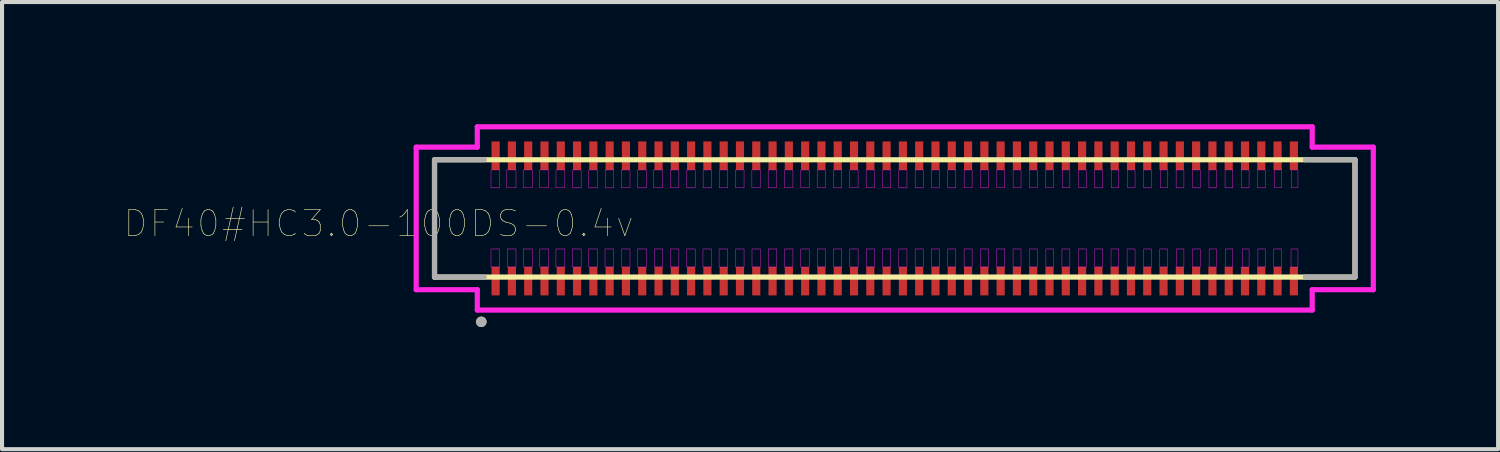
<source format=kicad_pcb>
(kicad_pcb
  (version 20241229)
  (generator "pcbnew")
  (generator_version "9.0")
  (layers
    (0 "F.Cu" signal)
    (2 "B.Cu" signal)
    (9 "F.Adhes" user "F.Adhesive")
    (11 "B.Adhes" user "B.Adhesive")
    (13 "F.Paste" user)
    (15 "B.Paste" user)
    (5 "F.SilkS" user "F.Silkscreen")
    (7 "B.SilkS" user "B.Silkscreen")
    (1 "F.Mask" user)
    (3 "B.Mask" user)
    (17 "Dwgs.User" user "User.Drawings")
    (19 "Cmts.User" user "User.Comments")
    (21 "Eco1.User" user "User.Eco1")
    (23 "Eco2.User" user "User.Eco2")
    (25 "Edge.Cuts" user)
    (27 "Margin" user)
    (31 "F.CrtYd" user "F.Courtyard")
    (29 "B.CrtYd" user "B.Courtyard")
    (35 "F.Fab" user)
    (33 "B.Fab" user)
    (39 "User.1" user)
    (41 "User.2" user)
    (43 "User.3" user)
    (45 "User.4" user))
  (footprint "DF40#HC3.0-100DS-0.4v"
    (layer "F.Cu")
    (at 18.919 2.313)
    (property "Reference" "DF40#HC3.0-100DS-0.4v" (at -12.671 0.128 180) (layer "F.SilkS") (effects (font (size 0.641 0.641) (thickness 0.015))))
    (attr through_hole)
    (fp_line (start -11.3 -1.44) (end 11.3 -1.44) (stroke (width 0.127) (type solid)) (layer "F.SilkS"))
    (fp_line (start -11.3 1.44) (end -11.3 -1.44) (stroke (width 0.127) (type solid)) (layer "F.SilkS"))
    (fp_line (start -10.149 2.535) (end -10.149 2.54) (stroke (width 0.25) (type solid)) (layer "F.SilkS"))
    (fp_line (start 11.3 -1.44) (end 11.3 1.44) (stroke (width 0.127) (type solid)) (layer "F.SilkS"))
    (fp_line (start 11.3 1.44) (end -11.3 1.44) (stroke (width 0.127) (type solid)) (layer "F.SilkS"))
    (fp_line (start -11.75 -1.75) (end -11.75 1.75) (stroke (width 0.127) (type solid)) (layer "F.CrtYd"))
    (fp_line (start -11.75 1.75) (end -10.25 1.75) (stroke (width 0.127) (type solid)) (layer "F.CrtYd"))
    (fp_line (start -10.25 -2.25) (end -10.25 -1.75) (stroke (width 0.127) (type solid)) (layer "F.CrtYd"))
    (fp_line (start -10.25 -1.75) (end -11.75 -1.75) (stroke (width 0.127) (type solid)) (layer "F.CrtYd"))
    (fp_line (start -10.25 1.75) (end -10.25 2.25) (stroke (width 0.127) (type solid)) (layer "F.CrtYd"))
    (fp_line (start -10.25 2.25) (end 10.25 2.25) (stroke (width 0.127) (type solid)) (layer "F.CrtYd"))
    (fp_line (start 10.25 -2.25) (end -10.25 -2.25) (stroke (width 0.127) (type solid)) (layer "F.CrtYd"))
    (fp_line (start 10.25 -1.75) (end 10.25 -2.25) (stroke (width 0.127) (type solid)) (layer "F.CrtYd"))
    (fp_line (start 10.25 1.75) (end 11.75 1.75) (stroke (width 0.127) (type solid)) (layer "F.CrtYd"))
    (fp_line (start 10.25 2.25) (end 10.25 1.75) (stroke (width 0.127) (type solid)) (layer "F.CrtYd"))
    (fp_line (start 11.75 -1.75) (end 10.25 -1.75) (stroke (width 0.127) (type solid)) (layer "F.CrtYd"))
    (fp_line (start 11.75 1.75) (end 11.75 -1.75) (stroke (width 0.127) (type solid)) (layer "F.CrtYd"))
    (fp_poly (pts (xy -9.914 -1.19) (xy -9.7 -1.19) (xy -9.7 -0.751) (xy -9.914 -0.751)) (stroke (width 0.01) (type solid)) (fill no) (layer "F.CrtYd"))
    (fp_poly (pts (xy -9.914 0.75) (xy -9.7 0.75) (xy -9.7 1.192) (xy -9.914 1.192)) (stroke (width 0.01) (type solid)) (fill no) (layer "F.CrtYd"))
    (fp_poly (pts (xy -9.525 -1.19) (xy -9.3 -1.19) (xy -9.3 -0.752) (xy -9.525 -0.752)) (stroke (width 0.01) (type solid)) (fill no) (layer "F.CrtYd"))
    (fp_poly (pts (xy -9.514 0.75) (xy -9.3 0.75) (xy -9.3 1.192) (xy -9.514 1.192)) (stroke (width 0.01) (type solid)) (fill no) (layer "F.CrtYd"))
    (fp_poly (pts (xy -9.124 -1.19) (xy -8.9 -1.19) (xy -8.9 -0.752) (xy -9.124 -0.752)) (stroke (width 0.01) (type solid)) (fill no) (layer "F.CrtYd"))
    (fp_poly (pts (xy -9.122 0.75) (xy -8.9 0.75) (xy -8.9 1.193) (xy -9.122 1.193)) (stroke (width 0.01) (type solid)) (fill no) (layer "F.CrtYd"))
    (fp_poly (pts (xy -8.719 -1.19) (xy -8.5 -1.19) (xy -8.5 -0.752) (xy -8.719 -0.752)) (stroke (width 0.01) (type solid)) (fill no) (layer "F.CrtYd"))
    (fp_poly (pts (xy -8.715 0.75) (xy -8.5 0.75) (xy -8.5 1.192) (xy -8.715 1.192)) (stroke (width 0.01) (type solid)) (fill no) (layer "F.CrtYd"))
    (fp_poly (pts (xy -8.319 0.75) (xy -8.1 0.75) (xy -8.1 1.193) (xy -8.319 1.193)) (stroke (width 0.01) (type solid)) (fill no) (layer "F.CrtYd"))
    (fp_poly (pts (xy -8.318 -1.19) (xy -8.1 -1.19) (xy -8.1 -0.752) (xy -8.318 -0.752)) (stroke (width 0.01) (type solid)) (fill no) (layer "F.CrtYd"))
    (fp_poly (pts (xy -7.919 0.75) (xy -7.7 0.75) (xy -7.7 1.193) (xy -7.919 1.193)) (stroke (width 0.01) (type solid)) (fill no) (layer "F.CrtYd"))
    (fp_poly (pts (xy -7.912 -1.19) (xy -7.7 -1.19) (xy -7.7 -0.751) (xy -7.912 -0.751)) (stroke (width 0.01) (type solid)) (fill no) (layer "F.CrtYd"))
    (fp_poly (pts (xy -7.517 0.75) (xy -7.3 0.75) (xy -7.3 1.193) (xy -7.517 1.193)) (stroke (width 0.01) (type solid)) (fill no) (layer "F.CrtYd"))
    (fp_poly (pts (xy -7.512 -1.19) (xy -7.3 -1.19) (xy -7.3 -0.751) (xy -7.512 -0.751)) (stroke (width 0.01) (type solid)) (fill no) (layer "F.CrtYd"))
    (fp_poly (pts (xy -7.114 0.75) (xy -6.9 0.75) (xy -6.9 1.192) (xy -7.114 1.192)) (stroke (width 0.01) (type solid)) (fill no) (layer "F.CrtYd"))
    (fp_poly (pts (xy -7.11 -1.19) (xy -6.9 -1.19) (xy -6.9 -0.751) (xy -7.11 -0.751)) (stroke (width 0.01) (type solid)) (fill no) (layer "F.CrtYd"))
    (fp_poly (pts (xy -6.715 -1.19) (xy -6.5 -1.19) (xy -6.5 -0.752) (xy -6.715 -0.752)) (stroke (width 0.01) (type solid)) (fill no) (layer "F.CrtYd"))
    (fp_poly (pts (xy -6.706 0.75) (xy -6.5 0.75) (xy -6.5 1.191) (xy -6.706 1.191)) (stroke (width 0.01) (type solid)) (fill no) (layer "F.CrtYd"))
    (fp_poly (pts (xy -6.319 0.75) (xy -6.1 0.75) (xy -6.1 1.194) (xy -6.319 1.194)) (stroke (width 0.01) (type solid)) (fill no) (layer "F.CrtYd"))
    (fp_poly (pts (xy -6.31 -1.19) (xy -6.1 -1.19) (xy -6.1 -0.751) (xy -6.31 -0.751)) (stroke (width 0.01) (type solid)) (fill no) (layer "F.CrtYd"))
    (fp_poly (pts (xy -5.918 -1.19) (xy -5.7 -1.19) (xy -5.7 -0.752) (xy -5.918 -0.752)) (stroke (width 0.01) (type solid)) (fill no) (layer "F.CrtYd"))
    (fp_poly (pts (xy -5.905 0.75) (xy -5.7 0.75) (xy -5.7 1.191) (xy -5.905 1.191)) (stroke (width 0.01) (type solid)) (fill no) (layer "F.CrtYd"))
    (fp_poly (pts (xy -5.513 -1.19) (xy -5.3 -1.19) (xy -5.3 -0.752) (xy -5.513 -0.752)) (stroke (width 0.01) (type solid)) (fill no) (layer "F.CrtYd"))
    (fp_poly (pts (xy -5.511 0.75) (xy -5.3 0.75) (xy -5.3 1.192) (xy -5.511 1.192)) (stroke (width 0.01) (type solid)) (fill no) (layer "F.CrtYd"))
    (fp_poly (pts (xy -5.11 0.75) (xy -4.9 0.75) (xy -4.9 1.192) (xy -5.11 1.192)) (stroke (width 0.01) (type solid)) (fill no) (layer "F.CrtYd"))
    (fp_poly (pts (xy -5.105 -1.19) (xy -4.9 -1.19) (xy -4.9 -0.751) (xy -5.105 -0.751)) (stroke (width 0.01) (type solid)) (fill no) (layer "F.CrtYd"))
    (fp_poly (pts (xy -4.709 0.75) (xy -4.5 0.75) (xy -4.5 1.192) (xy -4.709 1.192)) (stroke (width 0.01) (type solid)) (fill no) (layer "F.CrtYd"))
    (fp_poly (pts (xy -4.705 -1.19) (xy -4.5 -1.19) (xy -4.5 -0.751) (xy -4.705 -0.751)) (stroke (width 0.01) (type solid)) (fill no) (layer "F.CrtYd"))
    (fp_poly (pts (xy -4.313 0.75) (xy -4.1 0.75) (xy -4.1 1.194) (xy -4.313 1.194)) (stroke (width 0.01) (type solid)) (fill no) (layer "F.CrtYd"))
    (fp_poly (pts (xy -4.31 -1.19) (xy -4.1 -1.19) (xy -4.1 -0.752) (xy -4.31 -0.752)) (stroke (width 0.01) (type solid)) (fill no) (layer "F.CrtYd"))
    (fp_poly (pts (xy -3.91 -1.19) (xy -3.7 -1.19) (xy -3.7 -0.752) (xy -3.91 -0.752)) (stroke (width 0.01) (type solid)) (fill no) (layer "F.CrtYd"))
    (fp_poly (pts (xy -3.909 0.75) (xy -3.7 0.75) (xy -3.7 1.193) (xy -3.909 1.193)) (stroke (width 0.01) (type solid)) (fill no) (layer "F.CrtYd"))
    (fp_poly (pts (xy -3.508 -1.19) (xy -3.3 -1.19) (xy -3.3 -0.752) (xy -3.508 -0.752)) (stroke (width 0.01) (type solid)) (fill no) (layer "F.CrtYd"))
    (fp_poly (pts (xy -3.505 0.75) (xy -3.3 0.75) (xy -3.3 1.192) (xy -3.505 1.192)) (stroke (width 0.01) (type solid)) (fill no) (layer "F.CrtYd"))
    (fp_poly (pts (xy -3.108 -1.19) (xy -2.9 -1.19) (xy -2.9 -0.752) (xy -3.108 -0.752)) (stroke (width 0.01) (type solid)) (fill no) (layer "F.CrtYd"))
    (fp_poly (pts (xy -3.107 0.75) (xy -2.9 0.75) (xy -2.9 1.193) (xy -3.107 1.193)) (stroke (width 0.01) (type solid)) (fill no) (layer "F.CrtYd"))
    (fp_poly (pts (xy -2.706 0.75) (xy -2.5 0.75) (xy -2.5 1.193) (xy -2.706 1.193)) (stroke (width 0.01) (type solid)) (fill no) (layer "F.CrtYd"))
    (fp_poly (pts (xy -2.706 -1.19) (xy -2.5 -1.19) (xy -2.5 -0.752) (xy -2.706 -0.752)) (stroke (width 0.01) (type solid)) (fill no) (layer "F.CrtYd"))
    (fp_poly (pts (xy -2.307 0.75) (xy -2.1 0.75) (xy -2.1 1.194) (xy -2.307 1.194)) (stroke (width 0.01) (type solid)) (fill no) (layer "F.CrtYd"))
    (fp_poly (pts (xy -2.306 -1.19) (xy -2.1 -1.19) (xy -2.1 -0.752) (xy -2.306 -0.752)) (stroke (width 0.01) (type solid)) (fill no) (layer "F.CrtYd"))
    (fp_poly (pts (xy -1.905 -1.19) (xy -1.7 -1.19) (xy -1.7 -0.752) (xy -1.905 -0.752)) (stroke (width 0.01) (type solid)) (fill no) (layer "F.CrtYd"))
    (fp_poly (pts (xy -1.903 0.75) (xy -1.7 0.75) (xy -1.7 1.192) (xy -1.903 1.192)) (stroke (width 0.01) (type solid)) (fill no) (layer "F.CrtYd"))
    (fp_poly (pts (xy -1.503 0.75) (xy -1.3 0.75) (xy -1.3 1.192) (xy -1.503 1.192)) (stroke (width 0.01) (type solid)) (fill no) (layer "F.CrtYd"))
    (fp_poly (pts (xy -1.502 -1.19) (xy -1.3 -1.19) (xy -1.3 -0.751) (xy -1.502 -0.751)) (stroke (width 0.01) (type solid)) (fill no) (layer "F.CrtYd"))
    (fp_poly (pts (xy -1.103 -1.19) (xy -0.9 -1.19) (xy -0.9 -0.752) (xy -1.103 -0.752)) (stroke (width 0.01) (type solid)) (fill no) (layer "F.CrtYd"))
    (fp_poly (pts (xy -1.103 0.75) (xy -0.9 0.75) (xy -0.9 1.193) (xy -1.103 1.193)) (stroke (width 0.01) (type solid)) (fill no) (layer "F.CrtYd"))
    (fp_poly (pts (xy -0.702 -1.19) (xy -0.5 -1.19) (xy -0.5 -0.752) (xy -0.702 -0.752)) (stroke (width 0.01) (type solid)) (fill no) (layer "F.CrtYd"))
    (fp_poly (pts (xy -0.7 0.75) (xy -0.5 0.75) (xy -0.5 1.19) (xy -0.7 1.19)) (stroke (width 0.01) (type solid)) (fill no) (layer "F.CrtYd"))
    (fp_poly (pts (xy -0.301 -1.19) (xy -0.1 -1.19) (xy -0.1 -0.752) (xy -0.301 -0.752)) (stroke (width 0.01) (type solid)) (fill no) (layer "F.CrtYd"))
    (fp_poly (pts (xy -0.3 0.75) (xy -0.1 0.75) (xy -0.1 1.191) (xy -0.3 1.191)) (stroke (width 0.01) (type solid)) (fill no) (layer "F.CrtYd"))
    (fp_poly (pts (xy 0.1 -1.19) (xy 0.3 -1.19) (xy 0.3 -0.751) (xy 0.1 -0.751)) (stroke (width 0.01) (type solid)) (fill no) (layer "F.CrtYd"))
    (fp_poly (pts (xy 0.1 0.75) (xy 0.3 0.75) (xy 0.3 1.193) (xy 0.1 1.193)) (stroke (width 0.01) (type solid)) (fill no) (layer "F.CrtYd"))
    (fp_poly (pts (xy 0.501 -1.19) (xy 0.7 -1.19) (xy 0.7 -0.751) (xy 0.501 -0.751)) (stroke (width 0.01) (type solid)) (fill no) (layer "F.CrtYd"))
    (fp_poly (pts (xy 0.501 0.75) (xy 0.7 0.75) (xy 0.7 1.193) (xy 0.501 1.193)) (stroke (width 0.01) (type solid)) (fill no) (layer "F.CrtYd"))
    (fp_poly (pts (xy 0.9 -1.19) (xy 1.1 -1.19) (xy 1.1 -0.75) (xy 0.9 -0.75)) (stroke (width 0.01) (type solid)) (fill no) (layer "F.CrtYd"))
    (fp_poly (pts (xy 0.901 0.75) (xy 1.1 0.75) (xy 1.1 1.191) (xy 0.901 1.191)) (stroke (width 0.01) (type solid)) (fill no) (layer "F.CrtYd"))
    (fp_poly (pts (xy 1.301 -1.19) (xy 1.5 -1.19) (xy 1.5 -0.751) (xy 1.301 -0.751)) (stroke (width 0.01) (type solid)) (fill no) (layer "F.CrtYd"))
    (fp_poly (pts (xy 1.301 0.75) (xy 1.5 0.75) (xy 1.5 1.191) (xy 1.301 1.191)) (stroke (width 0.01) (type solid)) (fill no) (layer "F.CrtYd"))
    (fp_poly (pts (xy 1.703 0.75) (xy 1.9 0.75) (xy 1.9 1.192) (xy 1.703 1.192)) (stroke (width 0.01) (type solid)) (fill no) (layer "F.CrtYd"))
    (fp_poly (pts (xy 1.704 -1.19) (xy 1.9 -1.19) (xy 1.9 -0.752) (xy 1.704 -0.752)) (stroke (width 0.01) (type solid)) (fill no) (layer "F.CrtYd"))
    (fp_poly (pts (xy 2.103 -1.19) (xy 2.3 -1.19) (xy 2.3 -0.751) (xy 2.103 -0.751)) (stroke (width 0.01) (type solid)) (fill no) (layer "F.CrtYd"))
    (fp_poly (pts (xy 2.104 0.75) (xy 2.3 0.75) (xy 2.3 1.192) (xy 2.104 1.192)) (stroke (width 0.01) (type solid)) (fill no) (layer "F.CrtYd"))
    (fp_poly (pts (xy 2.503 0.75) (xy 2.7 0.75) (xy 2.7 1.191) (xy 2.503 1.191)) (stroke (width 0.01) (type solid)) (fill no) (layer "F.CrtYd"))
    (fp_poly (pts (xy 2.507 -1.19) (xy 2.7 -1.19) (xy 2.7 -0.752) (xy 2.507 -0.752)) (stroke (width 0.01) (type solid)) (fill no) (layer "F.CrtYd"))
    (fp_poly (pts (xy 2.905 0.75) (xy 3.1 0.75) (xy 3.1 1.192) (xy 2.905 1.192)) (stroke (width 0.01) (type solid)) (fill no) (layer "F.CrtYd"))
    (fp_poly (pts (xy 2.906 -1.19) (xy 3.1 -1.19) (xy 3.1 -0.752) (xy 2.906 -0.752)) (stroke (width 0.01) (type solid)) (fill no) (layer "F.CrtYd"))
    (fp_poly (pts (xy 3.306 0.75) (xy 3.5 0.75) (xy 3.5 1.192) (xy 3.306 1.192)) (stroke (width 0.01) (type solid)) (fill no) (layer "F.CrtYd"))
    (fp_poly (pts (xy 3.307 -1.19) (xy 3.5 -1.19) (xy 3.5 -0.752) (xy 3.307 -0.752)) (stroke (width 0.01) (type solid)) (fill no) (layer "F.CrtYd"))
    (fp_poly (pts (xy 3.708 -1.19) (xy 3.9 -1.19) (xy 3.9 -0.752) (xy 3.708 -0.752)) (stroke (width 0.01) (type solid)) (fill no) (layer "F.CrtYd"))
    (fp_poly (pts (xy 3.711 0.75) (xy 3.9 0.75) (xy 3.9 1.193) (xy 3.711 1.193)) (stroke (width 0.01) (type solid)) (fill no) (layer "F.CrtYd"))
    (fp_poly (pts (xy 4.105 0.75) (xy 4.3 0.75) (xy 4.3 1.191) (xy 4.105 1.191)) (stroke (width 0.01) (type solid)) (fill no) (layer "F.CrtYd"))
    (fp_poly (pts (xy 4.112 -1.19) (xy 4.3 -1.19) (xy 4.3 -0.752) (xy 4.112 -0.752)) (stroke (width 0.01) (type solid)) (fill no) (layer "F.CrtYd"))
    (fp_poly (pts (xy 4.508 0.75) (xy 4.7 0.75) (xy 4.7 1.192) (xy 4.508 1.192)) (stroke (width 0.01) (type solid)) (fill no) (layer "F.CrtYd"))
    (fp_poly (pts (xy 4.514 -1.19) (xy 4.7 -1.19) (xy 4.7 -0.752) (xy 4.514 -0.752)) (stroke (width 0.01) (type solid)) (fill no) (layer "F.CrtYd"))
    (fp_poly (pts (xy 4.908 -1.19) (xy 5.1 -1.19) (xy 5.1 -0.751) (xy 4.908 -0.751)) (stroke (width 0.01) (type solid)) (fill no) (layer "F.CrtYd"))
    (fp_poly (pts (xy 4.909 0.75) (xy 5.1 0.75) (xy 5.1 1.192) (xy 4.909 1.192)) (stroke (width 0.01) (type solid)) (fill no) (layer "F.CrtYd"))
    (fp_poly (pts (xy 5.31 0.75) (xy 5.5 0.75) (xy 5.5 1.192) (xy 5.31 1.192)) (stroke (width 0.01) (type solid)) (fill no) (layer "F.CrtYd"))
    (fp_poly (pts (xy 5.315 -1.19) (xy 5.5 -1.19) (xy 5.5 -0.752) (xy 5.315 -0.752)) (stroke (width 0.01) (type solid)) (fill no) (layer "F.CrtYd"))
    (fp_poly (pts (xy 5.705 0.75) (xy 5.9 0.75) (xy 5.9 1.191) (xy 5.705 1.191)) (stroke (width 0.01) (type solid)) (fill no) (layer "F.CrtYd"))
    (fp_poly (pts (xy 5.714 -1.19) (xy 5.9 -1.19) (xy 5.9 -0.752) (xy 5.714 -0.752)) (stroke (width 0.01) (type solid)) (fill no) (layer "F.CrtYd"))
    (fp_poly (pts (xy 6.108 -1.19) (xy 6.3 -1.19) (xy 6.3 -0.751) (xy 6.108 -0.751)) (stroke (width 0.01) (type solid)) (fill no) (layer "F.CrtYd"))
    (fp_poly (pts (xy 6.11 0.75) (xy 6.3 0.75) (xy 6.3 1.192) (xy 6.11 1.192)) (stroke (width 0.01) (type solid)) (fill no) (layer "F.CrtYd"))
    (fp_poly (pts (xy 6.506 0.75) (xy 6.7 0.75) (xy 6.7 1.191) (xy 6.506 1.191)) (stroke (width 0.01) (type solid)) (fill no) (layer "F.CrtYd"))
    (fp_poly (pts (xy 6.522 -1.19) (xy 6.7 -1.19) (xy 6.7 -0.753) (xy 6.522 -0.753)) (stroke (width 0.01) (type solid)) (fill no) (layer "F.CrtYd"))
    (fp_poly (pts (xy 6.909 -1.19) (xy 7.1 -1.19) (xy 7.1 -0.751) (xy 6.909 -0.751)) (stroke (width 0.01) (type solid)) (fill no) (layer "F.CrtYd"))
    (fp_poly (pts (xy 6.917 0.75) (xy 7.1 0.75) (xy 7.1 1.193) (xy 6.917 1.193)) (stroke (width 0.01) (type solid)) (fill no) (layer "F.CrtYd"))
    (fp_poly (pts (xy 7.312 -1.19) (xy 7.5 -1.19) (xy 7.5 -0.751) (xy 7.312 -0.751)) (stroke (width 0.01) (type solid)) (fill no) (layer "F.CrtYd"))
    (fp_poly (pts (xy 7.312 0.75) (xy 7.5 0.75) (xy 7.5 1.192) (xy 7.312 1.192)) (stroke (width 0.01) (type solid)) (fill no) (layer "F.CrtYd"))
    (fp_poly (pts (xy 7.714 -1.19) (xy 7.9 -1.19) (xy 7.9 -0.751) (xy 7.714 -0.751)) (stroke (width 0.01) (type solid)) (fill no) (layer "F.CrtYd"))
    (fp_poly (pts (xy 7.719 0.75) (xy 7.9 0.75) (xy 7.9 1.193) (xy 7.719 1.193)) (stroke (width 0.01) (type solid)) (fill no) (layer "F.CrtYd"))
    (fp_poly (pts (xy 8.11 -1.19) (xy 8.3 -1.19) (xy 8.3 -0.751) (xy 8.11 -0.751)) (stroke (width 0.01) (type solid)) (fill no) (layer "F.CrtYd"))
    (fp_poly (pts (xy 8.121 0.75) (xy 8.3 0.75) (xy 8.3 1.193) (xy 8.121 1.193)) (stroke (width 0.01) (type solid)) (fill no) (layer "F.CrtYd"))
    (fp_poly (pts (xy 8.508 -1.19) (xy 8.7 -1.19) (xy 8.7 -0.751) (xy 8.508 -0.751)) (stroke (width 0.01) (type solid)) (fill no) (layer "F.CrtYd"))
    (fp_poly (pts (xy 8.531 0.75) (xy 8.7 0.75) (xy 8.7 1.194) (xy 8.531 1.194)) (stroke (width 0.01) (type solid)) (fill no) (layer "F.CrtYd"))
    (fp_poly (pts (xy 8.907 -1.19) (xy 9.1 -1.19) (xy 9.1 -0.751) (xy 8.907 -0.751)) (stroke (width 0.01) (type solid)) (fill no) (layer "F.CrtYd"))
    (fp_poly (pts (xy 8.917 0.75) (xy 9.1 0.75) (xy 9.1 1.192) (xy 8.917 1.192)) (stroke (width 0.01) (type solid)) (fill no) (layer "F.CrtYd"))
    (fp_poly (pts (xy 9.305 0.75) (xy 9.5 0.75) (xy 9.5 1.191) (xy 9.305 1.191)) (stroke (width 0.01) (type solid)) (fill no) (layer "F.CrtYd"))
    (fp_poly (pts (xy 9.323 -1.19) (xy 9.5 -1.19) (xy 9.5 -0.752) (xy 9.323 -0.752)) (stroke (width 0.01) (type solid)) (fill no) (layer "F.CrtYd"))
    (fp_poly (pts (xy 9.73 0.75) (xy 9.9 0.75) (xy 9.9 1.194) (xy 9.73 1.194)) (stroke (width 0.01) (type solid)) (fill no) (layer "F.CrtYd"))
    (fp_poly (pts (xy 9.734 -1.19) (xy 9.9 -1.19) (xy 9.9 -0.753) (xy 9.734 -0.753)) (stroke (width 0.01) (type solid)) (fill no) (layer "F.CrtYd"))
    (fp_line (start -11.3 -1.44) (end -10.08 -1.44) (stroke (width 0.127) (type solid)) (layer "F.Fab"))
    (fp_line (start -11.3 1.44) (end -11.3 -1.44) (stroke (width 0.127) (type solid)) (layer "F.Fab"))
    (fp_line (start -10.16 2.54) (end -10.149 2.54) (stroke (width 0.25) (type solid)) (layer "F.Fab"))
    (fp_line (start -10.08 1.44) (end -11.3 1.44) (stroke (width 0.127) (type solid)) (layer "F.Fab"))
    (fp_line (start 10.08 -1.44) (end 11.3 -1.44) (stroke (width 0.127) (type solid)) (layer "F.Fab"))
    (fp_line (start 11.3 -1.44) (end 11.3 1.44) (stroke (width 0.127) (type solid)) (layer "F.Fab"))
    (fp_line (start 11.3 1.44) (end 10.08 1.44) (stroke (width 0.127) (type solid)) (layer "F.Fab"))
    (pad "1" smd rect (at -9.8 1.54) (size 0.2 0.7) (layers "F.Cu" "F.Mask" "F.Paste"))
    (pad "2" smd rect (at -9.8 -1.54) (size 0.2 0.7) (layers "F.Cu" "F.Mask" "F.Paste"))
    (pad "3" smd rect (at -9.4 1.54) (size 0.2 0.7) (layers "F.Cu" "F.Mask" "F.Paste"))
    (pad "4" smd rect (at -9.4 -1.54) (size 0.2 0.7) (layers "F.Cu" "F.Mask" "F.Paste"))
    (pad "5" smd rect (at -9 1.54) (size 0.2 0.7) (layers "F.Cu" "F.Mask" "F.Paste"))
    (pad "6" smd rect (at -9 -1.54) (size 0.2 0.7) (layers "F.Cu" "F.Mask" "F.Paste"))
    (pad "7" smd rect (at -8.6 1.54) (size 0.2 0.7) (layers "F.Cu" "F.Mask" "F.Paste"))
    (pad "8" smd rect (at -8.6 -1.54) (size 0.2 0.7) (layers "F.Cu" "F.Mask" "F.Paste"))
    (pad "9" smd rect (at -8.2 1.54) (size 0.2 0.7) (layers "F.Cu" "F.Mask" "F.Paste"))
    (pad "10" smd rect (at -8.2 -1.54) (size 0.2 0.7) (layers "F.Cu" "F.Mask" "F.Paste"))
    (pad "11" smd rect (at -7.8 1.54) (size 0.2 0.7) (layers "F.Cu" "F.Mask" "F.Paste"))
    (pad "12" smd rect (at -7.8 -1.54) (size 0.2 0.7) (layers "F.Cu" "F.Mask" "F.Paste"))
    (pad "13" smd rect (at -7.4 1.54) (size 0.2 0.7) (layers "F.Cu" "F.Mask" "F.Paste"))
    (pad "14" smd rect (at -7.4 -1.54) (size 0.2 0.7) (layers "F.Cu" "F.Mask" "F.Paste"))
    (pad "15" smd rect (at -7 1.54) (size 0.2 0.7) (layers "F.Cu" "F.Mask" "F.Paste"))
    (pad "16" smd rect (at -7 -1.54) (size 0.2 0.7) (layers "F.Cu" "F.Mask" "F.Paste"))
    (pad "17" smd rect (at -6.6 1.54) (size 0.2 0.7) (layers "F.Cu" "F.Mask" "F.Paste"))
    (pad "18" smd rect (at -6.6 -1.54) (size 0.2 0.7) (layers "F.Cu" "F.Mask" "F.Paste"))
    (pad "19" smd rect (at -6.2 1.54) (size 0.2 0.7) (layers "F.Cu" "F.Mask" "F.Paste"))
    (pad "20" smd rect (at -6.2 -1.54) (size 0.2 0.7) (layers "F.Cu" "F.Mask" "F.Paste"))
    (pad "21" smd rect (at -5.8 1.54) (size 0.2 0.7) (layers "F.Cu" "F.Mask" "F.Paste"))
    (pad "22" smd rect (at -5.8 -1.54) (size 0.2 0.7) (layers "F.Cu" "F.Mask" "F.Paste"))
    (pad "23" smd rect (at -5.4 1.54) (size 0.2 0.7) (layers "F.Cu" "F.Mask" "F.Paste"))
    (pad "24" smd rect (at -5.4 -1.54) (size 0.2 0.7) (layers "F.Cu" "F.Mask" "F.Paste"))
    (pad "25" smd rect (at -5 1.54) (size 0.2 0.7) (layers "F.Cu" "F.Mask" "F.Paste"))
    (pad "26" smd rect (at -5 -1.54) (size 0.2 0.7) (layers "F.Cu" "F.Mask" "F.Paste"))
    (pad "27" smd rect (at -4.6 1.54) (size 0.2 0.7) (layers "F.Cu" "F.Mask" "F.Paste"))
    (pad "28" smd rect (at -4.6 -1.54) (size 0.2 0.7) (layers "F.Cu" "F.Mask" "F.Paste"))
    (pad "29" smd rect (at -4.2 1.54) (size 0.2 0.7) (layers "F.Cu" "F.Mask" "F.Paste"))
    (pad "30" smd rect (at -4.2 -1.54) (size 0.2 0.7) (layers "F.Cu" "F.Mask" "F.Paste"))
    (pad "31" smd rect (at -3.8 1.54) (size 0.2 0.7) (layers "F.Cu" "F.Mask" "F.Paste"))
    (pad "32" smd rect (at -3.8 -1.54) (size 0.2 0.7) (layers "F.Cu" "F.Mask" "F.Paste"))
    (pad "33" smd rect (at -3.4 1.54) (size 0.2 0.7) (layers "F.Cu" "F.Mask" "F.Paste"))
    (pad "34" smd rect (at -3.4 -1.54) (size 0.2 0.7) (layers "F.Cu" "F.Mask" "F.Paste"))
    (pad "35" smd rect (at -3 1.54) (size 0.2 0.7) (layers "F.Cu" "F.Mask" "F.Paste"))
    (pad "36" smd rect (at -3 -1.54) (size 0.2 0.7) (layers "F.Cu" "F.Mask" "F.Paste"))
    (pad "37" smd rect (at -2.6 1.54) (size 0.2 0.7) (layers "F.Cu" "F.Mask" "F.Paste"))
    (pad "38" smd rect (at -2.6 -1.54) (size 0.2 0.7) (layers "F.Cu" "F.Mask" "F.Paste"))
    (pad "39" smd rect (at -2.2 1.54) (size 0.2 0.7) (layers "F.Cu" "F.Mask" "F.Paste"))
    (pad "40" smd rect (at -2.2 -1.54) (size 0.2 0.7) (layers "F.Cu" "F.Mask" "F.Paste"))
    (pad "41" smd rect (at -1.8 1.54) (size 0.2 0.7) (layers "F.Cu" "F.Mask" "F.Paste"))
    (pad "42" smd rect (at -1.8 -1.54) (size 0.2 0.7) (layers "F.Cu" "F.Mask" "F.Paste"))
    (pad "43" smd rect (at -1.4 1.54) (size 0.2 0.7) (layers "F.Cu" "F.Mask" "F.Paste"))
    (pad "44" smd rect (at -1.4 -1.54) (size 0.2 0.7) (layers "F.Cu" "F.Mask" "F.Paste"))
    (pad "45" smd rect (at -1 1.54) (size 0.2 0.7) (layers "F.Cu" "F.Mask" "F.Paste"))
    (pad "46" smd rect (at -1 -1.54) (size 0.2 0.7) (layers "F.Cu" "F.Mask" "F.Paste"))
    (pad "47" smd rect (at -0.6 1.54) (size 0.2 0.7) (layers "F.Cu" "F.Mask" "F.Paste"))
    (pad "48" smd rect (at -0.6 -1.54) (size 0.2 0.7) (layers "F.Cu" "F.Mask" "F.Paste"))
    (pad "49" smd rect (at -0.2 1.54) (size 0.2 0.7) (layers "F.Cu" "F.Mask" "F.Paste"))
    (pad "50" smd rect (at -0.2 -1.54) (size 0.2 0.7) (layers "F.Cu" "F.Mask" "F.Paste"))
    (pad "51" smd rect (at 0.2 1.54) (size 0.2 0.7) (layers "F.Cu" "F.Mask" "F.Paste"))
    (pad "52" smd rect (at 0.2 -1.54) (size 0.2 0.7) (layers "F.Cu" "F.Mask" "F.Paste"))
    (pad "53" smd rect (at 0.6 1.54) (size 0.2 0.7) (layers "F.Cu" "F.Mask" "F.Paste"))
    (pad "54" smd rect (at 0.6 -1.54) (size 0.2 0.7) (layers "F.Cu" "F.Mask" "F.Paste"))
    (pad "55" smd rect (at 1 1.54) (size 0.2 0.7) (layers "F.Cu" "F.Mask" "F.Paste"))
    (pad "56" smd rect (at 1 -1.54) (size 0.2 0.7) (layers "F.Cu" "F.Mask" "F.Paste"))
    (pad "57" smd rect (at 1.4 1.54) (size 0.2 0.7) (layers "F.Cu" "F.Mask" "F.Paste"))
    (pad "58" smd rect (at 1.4 -1.54) (size 0.2 0.7) (layers "F.Cu" "F.Mask" "F.Paste"))
    (pad "59" smd rect (at 1.8 1.54) (size 0.2 0.7) (layers "F.Cu" "F.Mask" "F.Paste"))
    (pad "60" smd rect (at 1.8 -1.54) (size 0.2 0.7) (layers "F.Cu" "F.Mask" "F.Paste"))
    (pad "61" smd rect (at 2.2 1.54) (size 0.2 0.7) (layers "F.Cu" "F.Mask" "F.Paste"))
    (pad "62" smd rect (at 2.2 -1.54) (size 0.2 0.7) (layers "F.Cu" "F.Mask" "F.Paste"))
    (pad "63" smd rect (at 2.6 1.54) (size 0.2 0.7) (layers "F.Cu" "F.Mask" "F.Paste"))
    (pad "64" smd rect (at 2.6 -1.54) (size 0.2 0.7) (layers "F.Cu" "F.Mask" "F.Paste"))
    (pad "65" smd rect (at 3 1.54) (size 0.2 0.7) (layers "F.Cu" "F.Mask" "F.Paste"))
    (pad "66" smd rect (at 3 -1.54) (size 0.2 0.7) (layers "F.Cu" "F.Mask" "F.Paste"))
    (pad "67" smd rect (at 3.4 1.54) (size 0.2 0.7) (layers "F.Cu" "F.Mask" "F.Paste"))
    (pad "68" smd rect (at 3.4 -1.54) (size 0.2 0.7) (layers "F.Cu" "F.Mask" "F.Paste"))
    (pad "69" smd rect (at 3.8 1.54) (size 0.2 0.7) (layers "F.Cu" "F.Mask" "F.Paste"))
    (pad "70" smd rect (at 3.8 -1.54) (size 0.2 0.7) (layers "F.Cu" "F.Mask" "F.Paste"))
    (pad "71" smd rect (at 4.2 1.54) (size 0.2 0.7) (layers "F.Cu" "F.Mask" "F.Paste"))
    (pad "72" smd rect (at 4.2 -1.54) (size 0.2 0.7) (layers "F.Cu" "F.Mask" "F.Paste"))
    (pad "73" smd rect (at 4.6 1.54) (size 0.2 0.7) (layers "F.Cu" "F.Mask" "F.Paste"))
    (pad "74" smd rect (at 4.6 -1.54) (size 0.2 0.7) (layers "F.Cu" "F.Mask" "F.Paste"))
    (pad "75" smd rect (at 5 1.54) (size 0.2 0.7) (layers "F.Cu" "F.Mask" "F.Paste"))
    (pad "76" smd rect (at 5 -1.54) (size 0.2 0.7) (layers "F.Cu" "F.Mask" "F.Paste"))
    (pad "77" smd rect (at 5.4 1.54) (size 0.2 0.7) (layers "F.Cu" "F.Mask" "F.Paste"))
    (pad "78" smd rect (at 5.4 -1.54) (size 0.2 0.7) (layers "F.Cu" "F.Mask" "F.Paste"))
    (pad "79" smd rect (at 5.8 1.54) (size 0.2 0.7) (layers "F.Cu" "F.Mask" "F.Paste"))
    (pad "80" smd rect (at 5.8 -1.54) (size 0.2 0.7) (layers "F.Cu" "F.Mask" "F.Paste"))
    (pad "81" smd rect (at 6.2 1.54) (size 0.2 0.7) (layers "F.Cu" "F.Mask" "F.Paste"))
    (pad "82" smd rect (at 6.2 -1.54) (size 0.2 0.7) (layers "F.Cu" "F.Mask" "F.Paste"))
    (pad "83" smd rect (at 6.6 1.54) (size 0.2 0.7) (layers "F.Cu" "F.Mask" "F.Paste"))
    (pad "84" smd rect (at 6.6 -1.54) (size 0.2 0.7) (layers "F.Cu" "F.Mask" "F.Paste"))
    (pad "85" smd rect (at 7 1.54) (size 0.2 0.7) (layers "F.Cu" "F.Mask" "F.Paste"))
    (pad "86" smd rect (at 7 -1.54) (size 0.2 0.7) (layers "F.Cu" "F.Mask" "F.Paste"))
    (pad "87" smd rect (at 7.4 1.54) (size 0.2 0.7) (layers "F.Cu" "F.Mask" "F.Paste"))
    (pad "88" smd rect (at 7.4 -1.54) (size 0.2 0.7) (layers "F.Cu" "F.Mask" "F.Paste"))
    (pad "89" smd rect (at 7.8 1.54) (size 0.2 0.7) (layers "F.Cu" "F.Mask" "F.Paste"))
    (pad "90" smd rect (at 7.8 -1.54) (size 0.2 0.7) (layers "F.Cu" "F.Mask" "F.Paste"))
    (pad "91" smd rect (at 8.2 1.54) (size 0.2 0.7) (layers "F.Cu" "F.Mask" "F.Paste"))
    (pad "92" smd rect (at 8.2 -1.54) (size 0.2 0.7) (layers "F.Cu" "F.Mask" "F.Paste"))
    (pad "93" smd rect (at 8.6 1.54) (size 0.2 0.7) (layers "F.Cu" "F.Mask" "F.Paste"))
    (pad "94" smd rect (at 8.6 -1.54) (size 0.2 0.7) (layers "F.Cu" "F.Mask" "F.Paste"))
    (pad "95" smd rect (at 9 1.54) (size 0.2 0.7) (layers "F.Cu" "F.Mask" "F.Paste"))
    (pad "96" smd rect (at 9 -1.54) (size 0.2 0.7) (layers "F.Cu" "F.Mask" "F.Paste"))
    (pad "97" smd rect (at 9.4 1.54) (size 0.2 0.7) (layers "F.Cu" "F.Mask" "F.Paste"))
    (pad "98" smd rect (at 9.4 -1.54) (size 0.2 0.7) (layers "F.Cu" "F.Mask" "F.Paste"))
    (pad "99" smd rect (at 9.8 1.54) (size 0.2 0.7) (layers "F.Cu" "F.Mask" "F.Paste"))
    (pad "100" smd rect (at 9.8 -1.54) (size 0.2 0.7) (layers "F.Cu" "F.Mask" "F.Paste")))
  (gr_rect
    (start -3 -3)
    (end 33.733 7.979)
    (stroke (width 0.1) (type default))
    (fill no)
    (layer "Edge.Cuts")))
</source>
